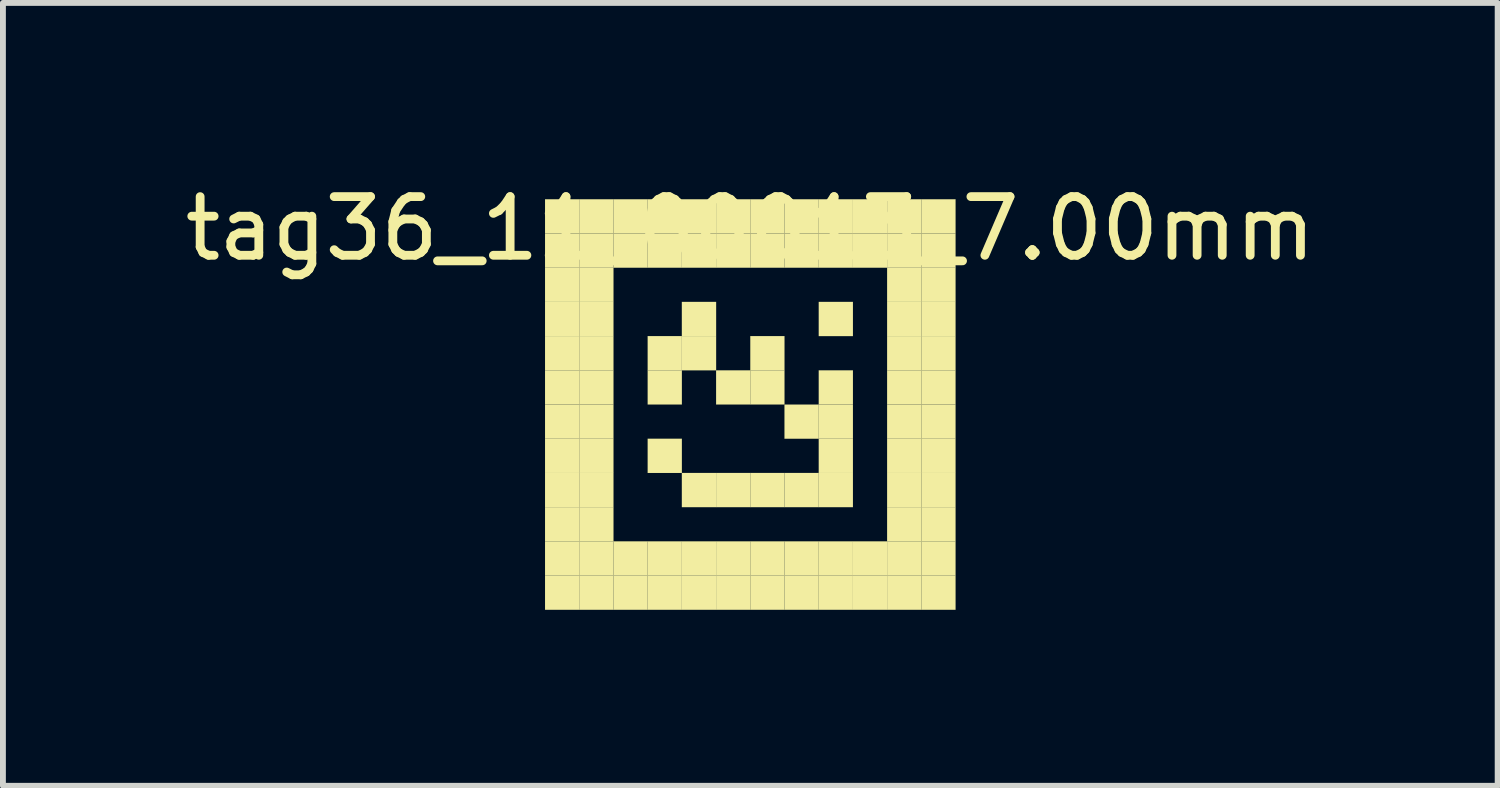
<source format=kicad_pcb>
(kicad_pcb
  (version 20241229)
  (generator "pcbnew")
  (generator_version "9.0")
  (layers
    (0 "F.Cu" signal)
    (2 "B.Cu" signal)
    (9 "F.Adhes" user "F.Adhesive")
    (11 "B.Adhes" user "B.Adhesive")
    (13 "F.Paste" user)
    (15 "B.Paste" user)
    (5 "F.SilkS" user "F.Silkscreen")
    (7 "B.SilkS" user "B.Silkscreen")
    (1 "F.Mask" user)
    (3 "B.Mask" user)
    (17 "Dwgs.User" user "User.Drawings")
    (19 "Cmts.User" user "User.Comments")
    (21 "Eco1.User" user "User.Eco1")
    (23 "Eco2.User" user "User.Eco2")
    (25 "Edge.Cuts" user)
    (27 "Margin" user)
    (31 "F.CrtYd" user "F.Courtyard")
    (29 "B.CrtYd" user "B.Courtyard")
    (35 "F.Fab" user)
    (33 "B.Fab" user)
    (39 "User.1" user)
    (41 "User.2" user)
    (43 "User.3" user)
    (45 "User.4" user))
  (footprint "tag36_11_00013_7.00mm"
    (layer "F.Cu")
    (at 9.744 3.848)
    (property "Reference" "tag36_11_00013_7.00mm" (at 0 -3 0) (layer "F.SilkS") (effects (font (size 1 1) (thickness 0.15))))
    (attr through_hole)
    (fp_poly (pts (xy -3.5 -3.5) (xy -2.917 -3.5) (xy -2.917 -2.917) (xy -3.5 -2.917)) (stroke (width 0.001) (type solid)) (fill yes) (layer "F.SilkS"))
    (fp_poly (pts (xy -3.5 -2.917) (xy -2.917 -2.917) (xy -2.917 -2.333) (xy -3.5 -2.333)) (stroke (width 0.001) (type solid)) (fill yes) (layer "F.SilkS"))
    (fp_poly (pts (xy -3.5 -2.333) (xy -2.917 -2.333) (xy -2.917 -1.75) (xy -3.5 -1.75)) (stroke (width 0.001) (type solid)) (fill yes) (layer "F.SilkS"))
    (fp_poly (pts (xy -3.5 -1.75) (xy -2.917 -1.75) (xy -2.917 -1.167) (xy -3.5 -1.167)) (stroke (width 0.001) (type solid)) (fill yes) (layer "F.SilkS"))
    (fp_poly (pts (xy -3.5 -1.167) (xy -2.917 -1.167) (xy -2.917 -0.583) (xy -3.5 -0.583)) (stroke (width 0.001) (type solid)) (fill yes) (layer "F.SilkS"))
    (fp_poly (pts (xy -3.5 -0.583) (xy -2.917 -0.583) (xy -2.917 0) (xy -3.5 0)) (stroke (width 0.001) (type solid)) (fill yes) (layer "F.SilkS"))
    (fp_poly (pts (xy -3.5 0) (xy -2.917 0) (xy -2.917 0.583) (xy -3.5 0.583)) (stroke (width 0.001) (type solid)) (fill yes) (layer "F.SilkS"))
    (fp_poly (pts (xy -3.5 0.583) (xy -2.917 0.583) (xy -2.917 1.167) (xy -3.5 1.167)) (stroke (width 0.001) (type solid)) (fill yes) (layer "F.SilkS"))
    (fp_poly (pts (xy -3.5 1.167) (xy -2.917 1.167) (xy -2.917 1.75) (xy -3.5 1.75)) (stroke (width 0.001) (type solid)) (fill yes) (layer "F.SilkS"))
    (fp_poly (pts (xy -3.5 1.75) (xy -2.917 1.75) (xy -2.917 2.333) (xy -3.5 2.333)) (stroke (width 0.001) (type solid)) (fill yes) (layer "F.SilkS"))
    (fp_poly (pts (xy -3.5 2.333) (xy -2.917 2.333) (xy -2.917 2.917) (xy -3.5 2.917)) (stroke (width 0.001) (type solid)) (fill yes) (layer "F.SilkS"))
    (fp_poly (pts (xy -3.5 2.917) (xy -2.917 2.917) (xy -2.917 3.5) (xy -3.5 3.5)) (stroke (width 0.001) (type solid)) (fill yes) (layer "F.SilkS"))
    (fp_poly (pts (xy -2.917 -3.5) (xy -2.333 -3.5) (xy -2.333 -2.917) (xy -2.917 -2.917)) (stroke (width 0.001) (type solid)) (fill yes) (layer "F.SilkS"))
    (fp_poly (pts (xy -2.917 -2.917) (xy -2.333 -2.917) (xy -2.333 -2.333) (xy -2.917 -2.333)) (stroke (width 0.001) (type solid)) (fill yes) (layer "F.SilkS"))
    (fp_poly (pts (xy -2.917 -2.333) (xy -2.333 -2.333) (xy -2.333 -1.75) (xy -2.917 -1.75)) (stroke (width 0.001) (type solid)) (fill yes) (layer "F.SilkS"))
    (fp_poly (pts (xy -2.917 -1.75) (xy -2.333 -1.75) (xy -2.333 -1.167) (xy -2.917 -1.167)) (stroke (width 0.001) (type solid)) (fill yes) (layer "F.SilkS"))
    (fp_poly (pts (xy -2.917 -1.167) (xy -2.333 -1.167) (xy -2.333 -0.583) (xy -2.917 -0.583)) (stroke (width 0.001) (type solid)) (fill yes) (layer "F.SilkS"))
    (fp_poly (pts (xy -2.917 -0.583) (xy -2.333 -0.583) (xy -2.333 0) (xy -2.917 0)) (stroke (width 0.001) (type solid)) (fill yes) (layer "F.SilkS"))
    (fp_poly (pts (xy -2.917 0) (xy -2.333 0) (xy -2.333 0.583) (xy -2.917 0.583)) (stroke (width 0.001) (type solid)) (fill yes) (layer "F.SilkS"))
    (fp_poly (pts (xy -2.917 0.583) (xy -2.333 0.583) (xy -2.333 1.167) (xy -2.917 1.167)) (stroke (width 0.001) (type solid)) (fill yes) (layer "F.SilkS"))
    (fp_poly (pts (xy -2.917 1.167) (xy -2.333 1.167) (xy -2.333 1.75) (xy -2.917 1.75)) (stroke (width 0.001) (type solid)) (fill yes) (layer "F.SilkS"))
    (fp_poly (pts (xy -2.917 1.75) (xy -2.333 1.75) (xy -2.333 2.333) (xy -2.917 2.333)) (stroke (width 0.001) (type solid)) (fill yes) (layer "F.SilkS"))
    (fp_poly (pts (xy -2.917 2.333) (xy -2.333 2.333) (xy -2.333 2.917) (xy -2.917 2.917)) (stroke (width 0.001) (type solid)) (fill yes) (layer "F.SilkS"))
    (fp_poly (pts (xy -2.917 2.917) (xy -2.333 2.917) (xy -2.333 3.5) (xy -2.917 3.5)) (stroke (width 0.001) (type solid)) (fill yes) (layer "F.SilkS"))
    (fp_poly (pts (xy -2.333 -3.5) (xy -1.75 -3.5) (xy -1.75 -2.917) (xy -2.333 -2.917)) (stroke (width 0.001) (type solid)) (fill yes) (layer "F.SilkS"))
    (fp_poly (pts (xy -2.333 -2.917) (xy -1.75 -2.917) (xy -1.75 -2.333) (xy -2.333 -2.333)) (stroke (width 0.001) (type solid)) (fill yes) (layer "F.SilkS"))
    (fp_poly (pts (xy -2.333 2.333) (xy -1.75 2.333) (xy -1.75 2.917) (xy -2.333 2.917)) (stroke (width 0.001) (type solid)) (fill yes) (layer "F.SilkS"))
    (fp_poly (pts (xy -2.333 2.917) (xy -1.75 2.917) (xy -1.75 3.5) (xy -2.333 3.5)) (stroke (width 0.001) (type solid)) (fill yes) (layer "F.SilkS"))
    (fp_poly (pts (xy -1.75 -3.5) (xy -1.167 -3.5) (xy -1.167 -2.917) (xy -1.75 -2.917)) (stroke (width 0.001) (type solid)) (fill yes) (layer "F.SilkS"))
    (fp_poly (pts (xy -1.75 -2.917) (xy -1.167 -2.917) (xy -1.167 -2.333) (xy -1.75 -2.333)) (stroke (width 0.001) (type solid)) (fill yes) (layer "F.SilkS"))
    (fp_poly (pts (xy -1.75 -1.167) (xy -1.167 -1.167) (xy -1.167 -0.583) (xy -1.75 -0.583)) (stroke (width 0.001) (type solid)) (fill yes) (layer "F.SilkS"))
    (fp_poly (pts (xy -1.75 -0.583) (xy -1.167 -0.583) (xy -1.167 0) (xy -1.75 0)) (stroke (width 0.001) (type solid)) (fill yes) (layer "F.SilkS"))
    (fp_poly (pts (xy -1.75 0.583) (xy -1.167 0.583) (xy -1.167 1.167) (xy -1.75 1.167)) (stroke (width 0.001) (type solid)) (fill yes) (layer "F.SilkS"))
    (fp_poly (pts (xy -1.75 2.333) (xy -1.167 2.333) (xy -1.167 2.917) (xy -1.75 2.917)) (stroke (width 0.001) (type solid)) (fill yes) (layer "F.SilkS"))
    (fp_poly (pts (xy -1.75 2.917) (xy -1.167 2.917) (xy -1.167 3.5) (xy -1.75 3.5)) (stroke (width 0.001) (type solid)) (fill yes) (layer "F.SilkS"))
    (fp_poly (pts (xy -1.167 -3.5) (xy -0.583 -3.5) (xy -0.583 -2.917) (xy -1.167 -2.917)) (stroke (width 0.001) (type solid)) (fill yes) (layer "F.SilkS"))
    (fp_poly (pts (xy -1.167 -2.917) (xy -0.583 -2.917) (xy -0.583 -2.333) (xy -1.167 -2.333)) (stroke (width 0.001) (type solid)) (fill yes) (layer "F.SilkS"))
    (fp_poly (pts (xy -1.167 -1.75) (xy -0.583 -1.75) (xy -0.583 -1.167) (xy -1.167 -1.167)) (stroke (width 0.001) (type solid)) (fill yes) (layer "F.SilkS"))
    (fp_poly (pts (xy -1.167 -1.167) (xy -0.583 -1.167) (xy -0.583 -0.583) (xy -1.167 -0.583)) (stroke (width 0.001) (type solid)) (fill yes) (layer "F.SilkS"))
    (fp_poly (pts (xy -1.167 1.167) (xy -0.583 1.167) (xy -0.583 1.75) (xy -1.167 1.75)) (stroke (width 0.001) (type solid)) (fill yes) (layer "F.SilkS"))
    (fp_poly (pts (xy -1.167 2.333) (xy -0.583 2.333) (xy -0.583 2.917) (xy -1.167 2.917)) (stroke (width 0.001) (type solid)) (fill yes) (layer "F.SilkS"))
    (fp_poly (pts (xy -1.167 2.917) (xy -0.583 2.917) (xy -0.583 3.5) (xy -1.167 3.5)) (stroke (width 0.001) (type solid)) (fill yes) (layer "F.SilkS"))
    (fp_poly (pts (xy -0.583 -3.5) (xy 0 -3.5) (xy 0 -2.917) (xy -0.583 -2.917)) (stroke (width 0.001) (type solid)) (fill yes) (layer "F.SilkS"))
    (fp_poly (pts (xy -0.583 -2.917) (xy 0 -2.917) (xy 0 -2.333) (xy -0.583 -2.333)) (stroke (width 0.001) (type solid)) (fill yes) (layer "F.SilkS"))
    (fp_poly (pts (xy -0.583 -0.583) (xy 0 -0.583) (xy 0 0) (xy -0.583 0)) (stroke (width 0.001) (type solid)) (fill yes) (layer "F.SilkS"))
    (fp_poly (pts (xy -0.583 1.167) (xy 0 1.167) (xy 0 1.75) (xy -0.583 1.75)) (stroke (width 0.001) (type solid)) (fill yes) (layer "F.SilkS"))
    (fp_poly (pts (xy -0.583 2.333) (xy 0 2.333) (xy 0 2.917) (xy -0.583 2.917)) (stroke (width 0.001) (type solid)) (fill yes) (layer "F.SilkS"))
    (fp_poly (pts (xy -0.583 2.917) (xy 0 2.917) (xy 0 3.5) (xy -0.583 3.5)) (stroke (width 0.001) (type solid)) (fill yes) (layer "F.SilkS"))
    (fp_poly (pts (xy 0 -3.5) (xy 0.583 -3.5) (xy 0.583 -2.917) (xy 0 -2.917)) (stroke (width 0.001) (type solid)) (fill yes) (layer "F.SilkS"))
    (fp_poly (pts (xy 0 -2.917) (xy 0.583 -2.917) (xy 0.583 -2.333) (xy 0 -2.333)) (stroke (width 0.001) (type solid)) (fill yes) (layer "F.SilkS"))
    (fp_poly (pts (xy 0 -1.167) (xy 0.583 -1.167) (xy 0.583 -0.583) (xy 0 -0.583)) (stroke (width 0.001) (type solid)) (fill yes) (layer "F.SilkS"))
    (fp_poly (pts (xy 0 -0.583) (xy 0.583 -0.583) (xy 0.583 0) (xy 0 0)) (stroke (width 0.001) (type solid)) (fill yes) (layer "F.SilkS"))
    (fp_poly (pts (xy 0 1.167) (xy 0.583 1.167) (xy 0.583 1.75) (xy 0 1.75)) (stroke (width 0.001) (type solid)) (fill yes) (layer "F.SilkS"))
    (fp_poly (pts (xy 0 2.333) (xy 0.583 2.333) (xy 0.583 2.917) (xy 0 2.917)) (stroke (width 0.001) (type solid)) (fill yes) (layer "F.SilkS"))
    (fp_poly (pts (xy 0 2.917) (xy 0.583 2.917) (xy 0.583 3.5) (xy 0 3.5)) (stroke (width 0.001) (type solid)) (fill yes) (layer "F.SilkS"))
    (fp_poly (pts (xy 0.583 -3.5) (xy 1.167 -3.5) (xy 1.167 -2.917) (xy 0.583 -2.917)) (stroke (width 0.001) (type solid)) (fill yes) (layer "F.SilkS"))
    (fp_poly (pts (xy 0.583 -2.917) (xy 1.167 -2.917) (xy 1.167 -2.333) (xy 0.583 -2.333)) (stroke (width 0.001) (type solid)) (fill yes) (layer "F.SilkS"))
    (fp_poly (pts (xy 0.583 0) (xy 1.167 0) (xy 1.167 0.583) (xy 0.583 0.583)) (stroke (width 0.001) (type solid)) (fill yes) (layer "F.SilkS"))
    (fp_poly (pts (xy 0.583 1.167) (xy 1.167 1.167) (xy 1.167 1.75) (xy 0.583 1.75)) (stroke (width 0.001) (type solid)) (fill yes) (layer "F.SilkS"))
    (fp_poly (pts (xy 0.583 2.333) (xy 1.167 2.333) (xy 1.167 2.917) (xy 0.583 2.917)) (stroke (width 0.001) (type solid)) (fill yes) (layer "F.SilkS"))
    (fp_poly (pts (xy 0.583 2.917) (xy 1.167 2.917) (xy 1.167 3.5) (xy 0.583 3.5)) (stroke (width 0.001) (type solid)) (fill yes) (layer "F.SilkS"))
    (fp_poly (pts (xy 1.167 -3.5) (xy 1.75 -3.5) (xy 1.75 -2.917) (xy 1.167 -2.917)) (stroke (width 0.001) (type solid)) (fill yes) (layer "F.SilkS"))
    (fp_poly (pts (xy 1.167 -2.917) (xy 1.75 -2.917) (xy 1.75 -2.333) (xy 1.167 -2.333)) (stroke (width 0.001) (type solid)) (fill yes) (layer "F.SilkS"))
    (fp_poly (pts (xy 1.167 -1.75) (xy 1.75 -1.75) (xy 1.75 -1.167) (xy 1.167 -1.167)) (stroke (width 0.001) (type solid)) (fill yes) (layer "F.SilkS"))
    (fp_poly (pts (xy 1.167 -0.583) (xy 1.75 -0.583) (xy 1.75 0) (xy 1.167 0)) (stroke (width 0.001) (type solid)) (fill yes) (layer "F.SilkS"))
    (fp_poly (pts (xy 1.167 0) (xy 1.75 0) (xy 1.75 0.583) (xy 1.167 0.583)) (stroke (width 0.001) (type solid)) (fill yes) (layer "F.SilkS"))
    (fp_poly (pts (xy 1.167 0.583) (xy 1.75 0.583) (xy 1.75 1.167) (xy 1.167 1.167)) (stroke (width 0.001) (type solid)) (fill yes) (layer "F.SilkS"))
    (fp_poly (pts (xy 1.167 1.167) (xy 1.75 1.167) (xy 1.75 1.75) (xy 1.167 1.75)) (stroke (width 0.001) (type solid)) (fill yes) (layer "F.SilkS"))
    (fp_poly (pts (xy 1.167 2.333) (xy 1.75 2.333) (xy 1.75 2.917) (xy 1.167 2.917)) (stroke (width 0.001) (type solid)) (fill yes) (layer "F.SilkS"))
    (fp_poly (pts (xy 1.167 2.917) (xy 1.75 2.917) (xy 1.75 3.5) (xy 1.167 3.5)) (stroke (width 0.001) (type solid)) (fill yes) (layer "F.SilkS"))
    (fp_poly (pts (xy 1.75 -3.5) (xy 2.333 -3.5) (xy 2.333 -2.917) (xy 1.75 -2.917)) (stroke (width 0.001) (type solid)) (fill yes) (layer "F.SilkS"))
    (fp_poly (pts (xy 1.75 -2.917) (xy 2.333 -2.917) (xy 2.333 -2.333) (xy 1.75 -2.333)) (stroke (width 0.001) (type solid)) (fill yes) (layer "F.SilkS"))
    (fp_poly (pts (xy 1.75 2.333) (xy 2.333 2.333) (xy 2.333 2.917) (xy 1.75 2.917)) (stroke (width 0.001) (type solid)) (fill yes) (layer "F.SilkS"))
    (fp_poly (pts (xy 1.75 2.917) (xy 2.333 2.917) (xy 2.333 3.5) (xy 1.75 3.5)) (stroke (width 0.001) (type solid)) (fill yes) (layer "F.SilkS"))
    (fp_poly (pts (xy 2.333 -3.5) (xy 2.917 -3.5) (xy 2.917 -2.917) (xy 2.333 -2.917)) (stroke (width 0.001) (type solid)) (fill yes) (layer "F.SilkS"))
    (fp_poly (pts (xy 2.333 -2.917) (xy 2.917 -2.917) (xy 2.917 -2.333) (xy 2.333 -2.333)) (stroke (width 0.001) (type solid)) (fill yes) (layer "F.SilkS"))
    (fp_poly (pts (xy 2.333 -2.333) (xy 2.917 -2.333) (xy 2.917 -1.75) (xy 2.333 -1.75)) (stroke (width 0.001) (type solid)) (fill yes) (layer "F.SilkS"))
    (fp_poly (pts (xy 2.333 -1.75) (xy 2.917 -1.75) (xy 2.917 -1.167) (xy 2.333 -1.167)) (stroke (width 0.001) (type solid)) (fill yes) (layer "F.SilkS"))
    (fp_poly (pts (xy 2.333 -1.167) (xy 2.917 -1.167) (xy 2.917 -0.583) (xy 2.333 -0.583)) (stroke (width 0.001) (type solid)) (fill yes) (layer "F.SilkS"))
    (fp_poly (pts (xy 2.333 -0.583) (xy 2.917 -0.583) (xy 2.917 0) (xy 2.333 0)) (stroke (width 0.001) (type solid)) (fill yes) (layer "F.SilkS"))
    (fp_poly (pts (xy 2.333 0) (xy 2.917 0) (xy 2.917 0.583) (xy 2.333 0.583)) (stroke (width 0.001) (type solid)) (fill yes) (layer "F.SilkS"))
    (fp_poly (pts (xy 2.333 0.583) (xy 2.917 0.583) (xy 2.917 1.167) (xy 2.333 1.167)) (stroke (width 0.001) (type solid)) (fill yes) (layer "F.SilkS"))
    (fp_poly (pts (xy 2.333 1.167) (xy 2.917 1.167) (xy 2.917 1.75) (xy 2.333 1.75)) (stroke (width 0.001) (type solid)) (fill yes) (layer "F.SilkS"))
    (fp_poly (pts (xy 2.333 1.75) (xy 2.917 1.75) (xy 2.917 2.333) (xy 2.333 2.333)) (stroke (width 0.001) (type solid)) (fill yes) (layer "F.SilkS"))
    (fp_poly (pts (xy 2.333 2.333) (xy 2.917 2.333) (xy 2.917 2.917) (xy 2.333 2.917)) (stroke (width 0.001) (type solid)) (fill yes) (layer "F.SilkS"))
    (fp_poly (pts (xy 2.333 2.917) (xy 2.917 2.917) (xy 2.917 3.5) (xy 2.333 3.5)) (stroke (width 0.001) (type solid)) (fill yes) (layer "F.SilkS"))
    (fp_poly (pts (xy 2.917 -3.5) (xy 3.5 -3.5) (xy 3.5 -2.917) (xy 2.917 -2.917)) (stroke (width 0.001) (type solid)) (fill yes) (layer "F.SilkS"))
    (fp_poly (pts (xy 2.917 -2.917) (xy 3.5 -2.917) (xy 3.5 -2.333) (xy 2.917 -2.333)) (stroke (width 0.001) (type solid)) (fill yes) (layer "F.SilkS"))
    (fp_poly (pts (xy 2.917 -2.333) (xy 3.5 -2.333) (xy 3.5 -1.75) (xy 2.917 -1.75)) (stroke (width 0.001) (type solid)) (fill yes) (layer "F.SilkS"))
    (fp_poly (pts (xy 2.917 -1.75) (xy 3.5 -1.75) (xy 3.5 -1.167) (xy 2.917 -1.167)) (stroke (width 0.001) (type solid)) (fill yes) (layer "F.SilkS"))
    (fp_poly (pts (xy 2.917 -1.167) (xy 3.5 -1.167) (xy 3.5 -0.583) (xy 2.917 -0.583)) (stroke (width 0.001) (type solid)) (fill yes) (layer "F.SilkS"))
    (fp_poly (pts (xy 2.917 -0.583) (xy 3.5 -0.583) (xy 3.5 0) (xy 2.917 0)) (stroke (width 0.001) (type solid)) (fill yes) (layer "F.SilkS"))
    (fp_poly (pts (xy 2.917 0) (xy 3.5 0) (xy 3.5 0.583) (xy 2.917 0.583)) (stroke (width 0.001) (type solid)) (fill yes) (layer "F.SilkS"))
    (fp_poly (pts (xy 2.917 0.583) (xy 3.5 0.583) (xy 3.5 1.167) (xy 2.917 1.167)) (stroke (width 0.001) (type solid)) (fill yes) (layer "F.SilkS"))
    (fp_poly (pts (xy 2.917 1.167) (xy 3.5 1.167) (xy 3.5 1.75) (xy 2.917 1.75)) (stroke (width 0.001) (type solid)) (fill yes) (layer "F.SilkS"))
    (fp_poly (pts (xy 2.917 1.75) (xy 3.5 1.75) (xy 3.5 2.333) (xy 2.917 2.333)) (stroke (width 0.001) (type solid)) (fill yes) (layer "F.SilkS"))
    (fp_poly (pts (xy 2.917 2.333) (xy 3.5 2.333) (xy 3.5 2.917) (xy 2.917 2.917)) (stroke (width 0.001) (type solid)) (fill yes) (layer "F.SilkS"))
    (fp_poly (pts (xy 2.917 2.917) (xy 3.5 2.917) (xy 3.5 3.5) (xy 2.917 3.5)) (stroke (width 0.001) (type solid)) (fill yes) (layer "F.SilkS")))
  (gr_rect
    (start -3 -3)
    (end 22.488 10.349)
    (stroke (width 0.1) (type default))
    (fill no)
    (layer "Edge.Cuts")))
</source>
